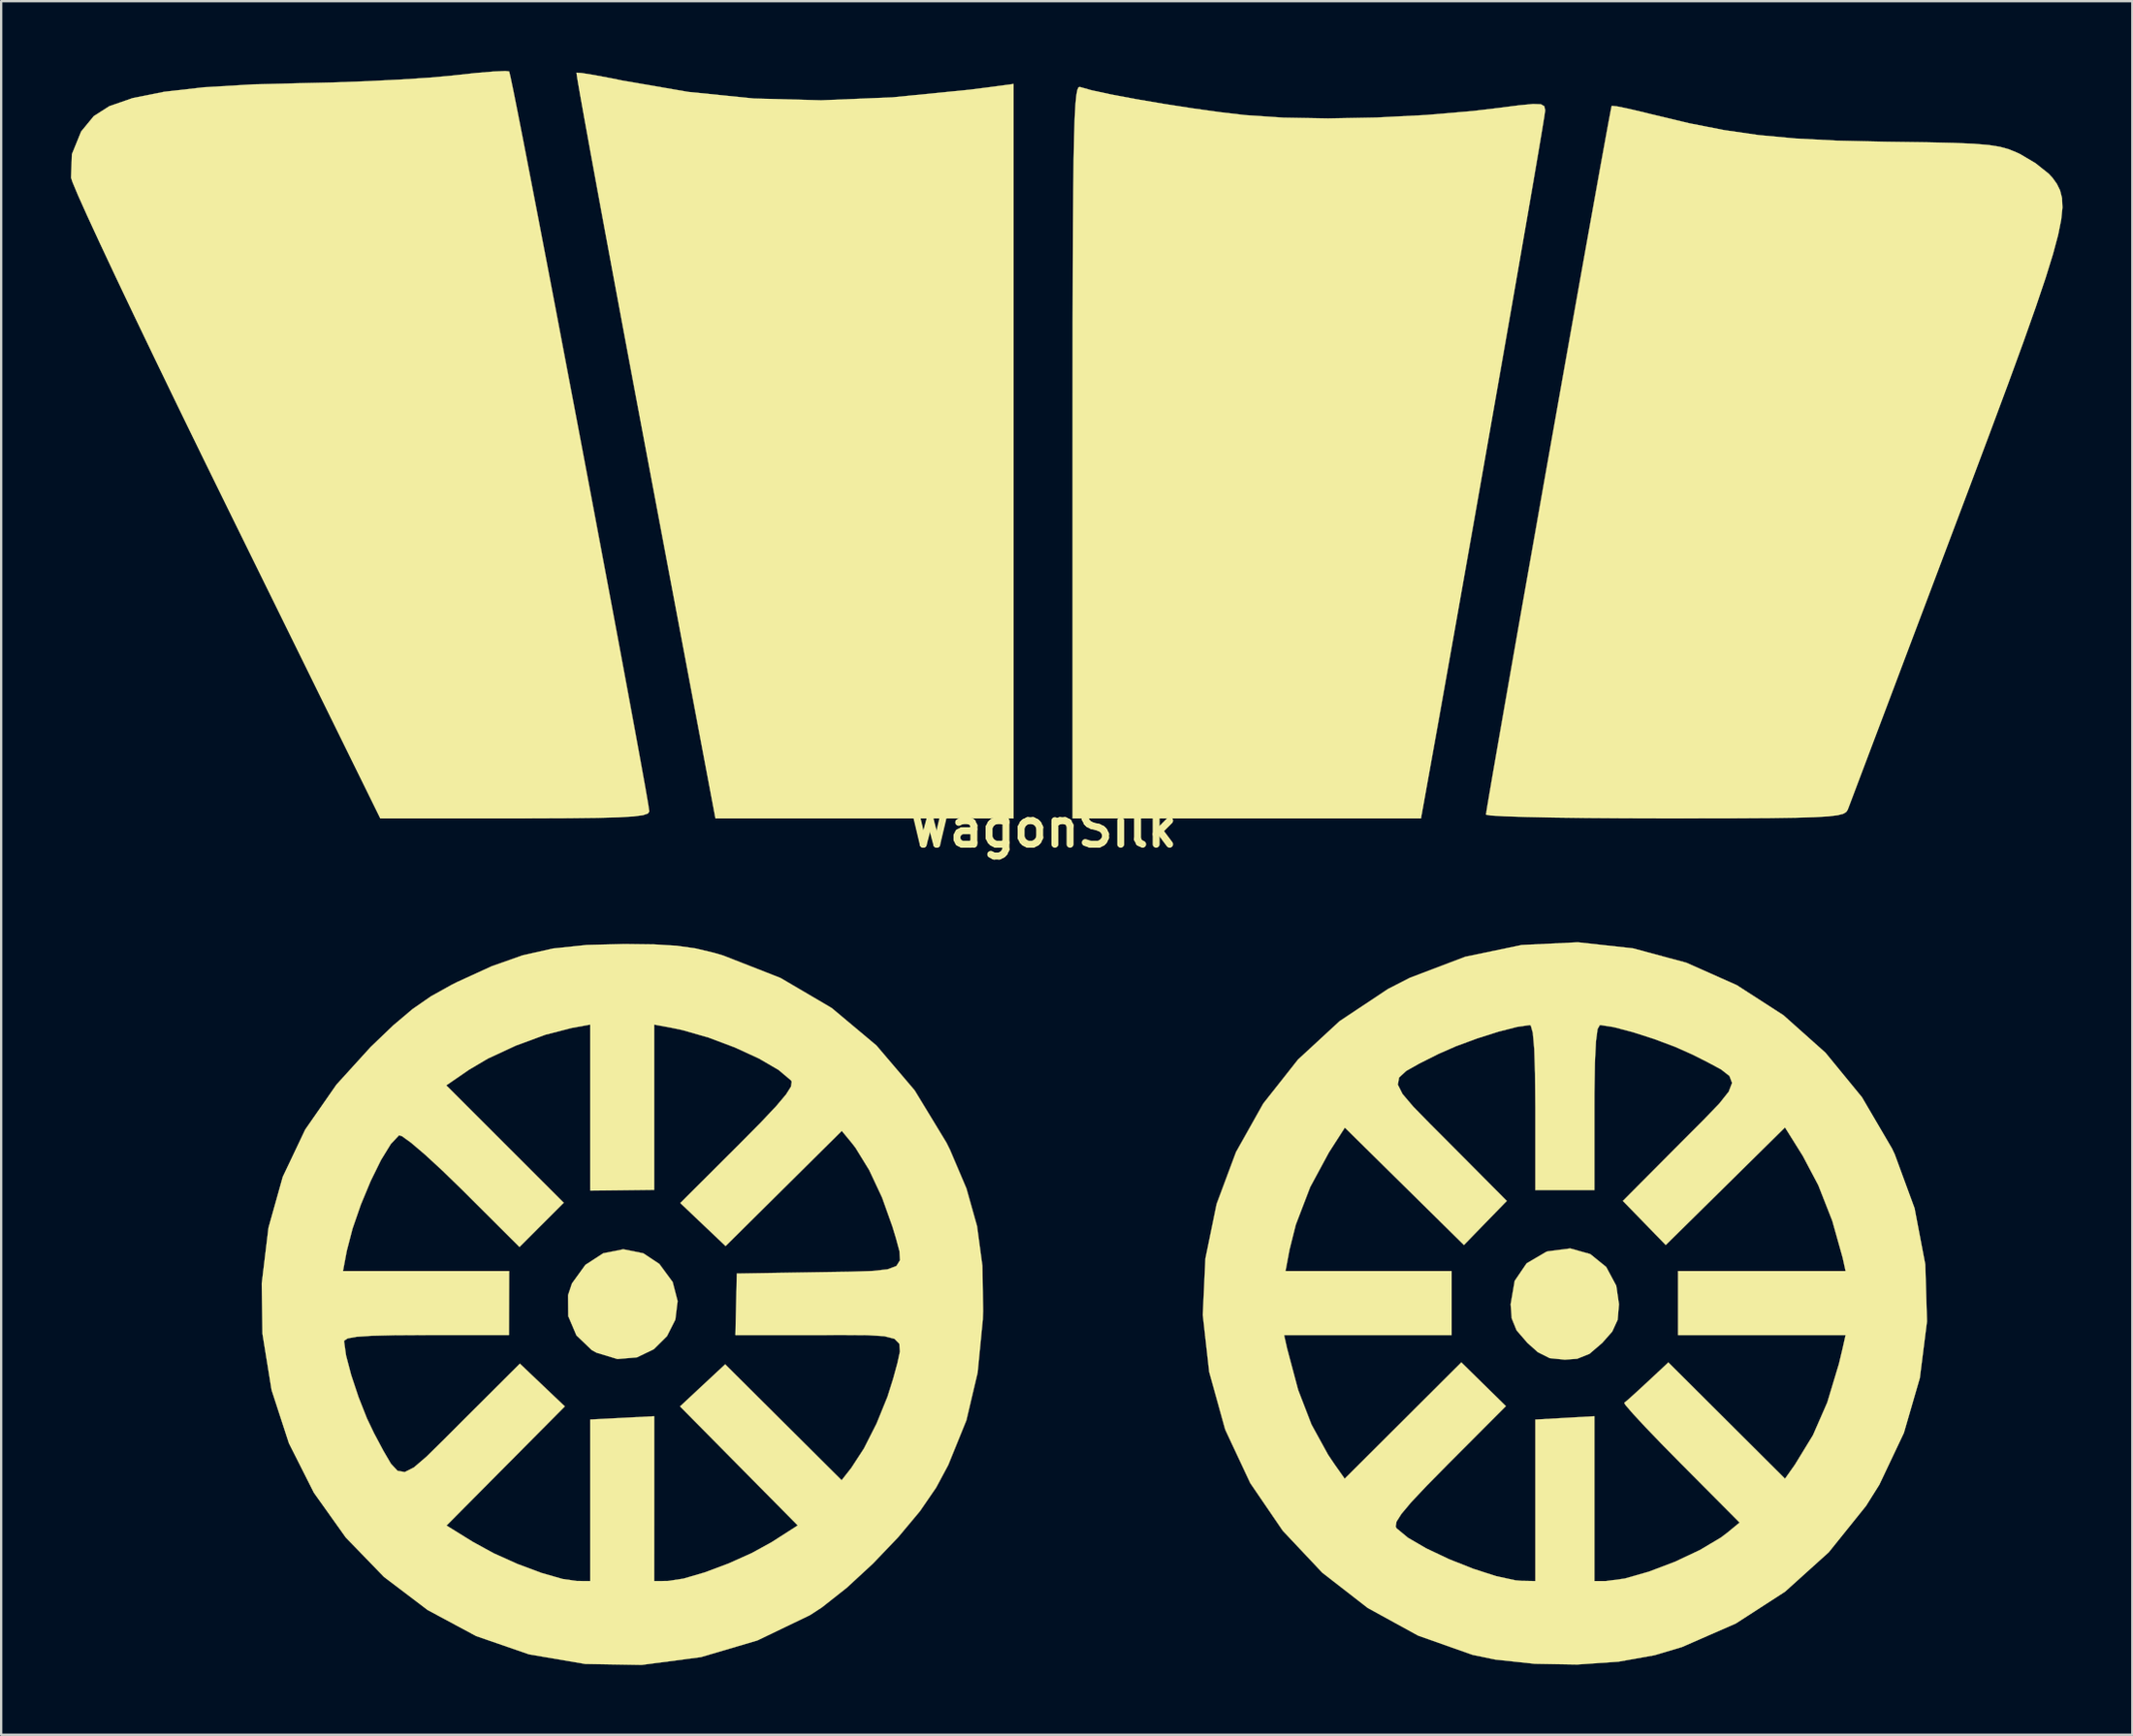
<source format=kicad_pcb>
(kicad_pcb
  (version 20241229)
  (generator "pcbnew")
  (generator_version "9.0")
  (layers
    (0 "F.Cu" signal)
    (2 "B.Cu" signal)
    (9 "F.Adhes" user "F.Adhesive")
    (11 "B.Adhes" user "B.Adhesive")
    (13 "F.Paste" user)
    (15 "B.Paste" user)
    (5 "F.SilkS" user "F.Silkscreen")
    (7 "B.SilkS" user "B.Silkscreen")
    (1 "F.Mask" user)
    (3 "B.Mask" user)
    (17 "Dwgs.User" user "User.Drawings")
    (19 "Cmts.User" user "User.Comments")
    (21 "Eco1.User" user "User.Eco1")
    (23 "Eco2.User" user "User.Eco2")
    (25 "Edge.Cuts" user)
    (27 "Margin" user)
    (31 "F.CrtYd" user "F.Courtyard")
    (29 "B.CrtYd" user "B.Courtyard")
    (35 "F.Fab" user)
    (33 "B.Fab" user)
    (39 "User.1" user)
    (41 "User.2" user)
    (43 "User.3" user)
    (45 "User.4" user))
  (footprint "WagonSilk"
    (layer "F.Cu")
    (at 41.802 32.577)
    (property "Reference" "WagonSilk" (at 0 0 0) (layer "F.SilkS") (effects (font (size 1.524 1.524) (thickness 0.3))))
    (attr through_hole)
    (fp_poly (pts (xy -17.188 18.286) (xy -16.499 18.743) (xy -15.927 19.521) (xy -15.715 20.341) (xy -15.813 21.139) (xy -16.171 21.85) (xy -16.739 22.412) (xy -17.466 22.761) (xy -18.303 22.832) (xy -19.2 22.562) (xy -19.409 22.446) (xy -20.066 21.817) (xy -20.417 20.988) (xy -20.425 20.085) (xy -20.258 19.582) (xy -19.681 18.782) (xy -18.914 18.285) (xy -18.052 18.112) (xy -17.188 18.286)) (stroke (width 0.01) (type solid)) (fill yes) (layer "F.SilkS"))
    (fp_poly (pts (xy 23.529 18.318) (xy 24.215 18.872) (xy 24.649 19.682) (xy 24.765 20.476) (xy 24.708 21.145) (xy 24.476 21.651) (xy 24.045 22.14) (xy 23.493 22.612) (xy 22.967 22.821) (xy 22.437 22.86) (xy 21.788 22.795) (xy 21.274 22.538) (xy 20.828 22.14) (xy 20.362 21.599) (xy 20.153 21.086) (xy 20.108 20.476) (xy 20.281 19.471) (xy 20.793 18.716) (xy 21.634 18.224) (xy 21.699 18.202) (xy 22.666 18.076) (xy 23.529 18.318)) (stroke (width 0.01) (type solid)) (fill yes) (layer "F.SilkS"))
    (fp_poly (pts (xy -19.843 -32.486) (xy -19.305 -32.399) (xy -18.544 -32.256) (xy -18.098 -32.165) (xy -15.257 -31.674) (xy -12.435 -31.39) (xy -9.54 -31.313) (xy -6.479 -31.439) (xy -3.158 -31.769) (xy -2.381 -31.868) (xy -1.27 -32.016) (xy -1.27 -0.423) (xy -14.089 -0.423) (xy -17.106 -16.432) (xy -17.584 -18.974) (xy -18.037 -21.392) (xy -18.459 -23.656) (xy -18.845 -25.733) (xy -19.188 -27.592) (xy -19.483 -29.2) (xy -19.724 -30.526) (xy -19.905 -31.538) (xy -20.02 -32.203) (xy -20.063 -32.491) (xy -20.062 -32.5) (xy -19.843 -32.486)) (stroke (width 0.01) (type solid)) (fill yes) (layer "F.SilkS"))
    (fp_poly (pts (xy 2.086 -31.745) (xy 2.915 -31.566) (xy 3.979 -31.366) (xy 5.182 -31.161) (xy 6.432 -30.967) (xy 7.636 -30.8) (xy 8.69 -30.676) (xy 10.329 -30.567) (xy 12.255 -30.533) (xy 14.341 -30.572) (xy 16.46 -30.68) (xy 18.482 -30.852) (xy 19.526 -30.976) (xy 20.47 -31.097) (xy 21.072 -31.154) (xy 21.408 -31.142) (xy 21.555 -31.057) (xy 21.59 -30.896) (xy 21.59 -30.863) (xy 21.554 -30.611) (xy 21.451 -29.979) (xy 21.287 -29.007) (xy 21.069 -27.733) (xy 20.803 -26.195) (xy 20.497 -24.43) (xy 20.157 -22.478) (xy 19.789 -20.375) (xy 19.401 -18.161) (xy 18.999 -15.874) (xy 18.59 -13.551) (xy 18.18 -11.232) (xy 17.777 -8.953) (xy 17.386 -6.753) (xy 17.015 -4.67) (xy 16.669 -2.743) (xy 16.376 -1.111) (xy 16.251 -0.423) (xy 1.27 -0.423) (xy 1.27 -16.215) (xy 1.271 -19.205) (xy 1.273 -21.798) (xy 1.279 -24.022) (xy 1.287 -25.904) (xy 1.298 -27.47) (xy 1.314 -28.748) (xy 1.335 -29.765) (xy 1.36 -30.547) (xy 1.391 -31.122) (xy 1.429 -31.516) (xy 1.473 -31.757) (xy 1.524 -31.872) (xy 1.582 -31.887) (xy 2.086 -31.745)) (stroke (width 0.01) (type solid)) (fill yes) (layer "F.SilkS"))
    (fp_poly (pts (xy -22.958 -32.554) (xy -22.905 -32.336) (xy -22.781 -31.742) (xy -22.595 -30.809) (xy -22.353 -29.578) (xy -22.064 -28.086) (xy -21.733 -26.374) (xy -21.37 -24.479) (xy -20.98 -22.442) (xy -20.573 -20.302) (xy -20.154 -18.096) (xy -19.732 -15.865) (xy -19.313 -13.647) (xy -18.906 -11.482) (xy -18.517 -9.409) (xy -18.154 -7.466) (xy -17.824 -5.693) (xy -17.535 -4.128) (xy -17.295 -2.812) (xy -17.109 -1.782) (xy -16.987 -1.078) (xy -16.935 -0.739) (xy -16.933 -0.72) (xy -16.994 -0.63) (xy -17.204 -0.56) (xy -17.606 -0.507) (xy -18.244 -0.469) (xy -19.16 -0.444) (xy -20.397 -0.43) (xy -21.998 -0.424) (xy -22.717 -0.423) (xy -28.5 -0.423) (xy -35.084 -13.811) (xy -36.183 -16.052) (xy -37.228 -18.197) (xy -38.203 -20.214) (xy -39.094 -22.07) (xy -39.884 -23.732) (xy -40.559 -25.169) (xy -41.103 -26.347) (xy -41.501 -27.234) (xy -41.737 -27.798) (xy -41.797 -27.982) (xy -41.761 -28.995) (xy -41.363 -29.971) (xy -40.82 -30.632) (xy -40.151 -31.06) (xy -39.151 -31.407) (xy -37.801 -31.678) (xy -36.084 -31.873) (xy -33.982 -31.997) (xy -32.115 -32.045) (xy -30.595 -32.079) (xy -29.05 -32.135) (xy -27.591 -32.208) (xy -26.328 -32.291) (xy -25.373 -32.379) (xy -25.341 -32.383) (xy -24.407 -32.485) (xy -23.637 -32.55) (xy -23.124 -32.572) (xy -22.958 -32.554)) (stroke (width 0.01) (type solid)) (fill yes) (layer "F.SilkS"))
    (fp_poly (pts (xy 24.666 -31.054) (xy 25.189 -30.947) (xy 25.921 -30.774) (xy 26.169 -30.712) (xy 27.786 -30.325) (xy 29.286 -30.031) (xy 30.774 -29.816) (xy 32.357 -29.67) (xy 34.141 -29.578) (xy 36.231 -29.531) (xy 36.445 -29.528) (xy 37.974 -29.507) (xy 39.143 -29.481) (xy 40.019 -29.444) (xy 40.666 -29.39) (xy 41.147 -29.313) (xy 41.529 -29.207) (xy 41.874 -29.065) (xy 42.001 -29.006) (xy 42.672 -28.61) (xy 43.244 -28.155) (xy 43.411 -27.974) (xy 43.595 -27.716) (xy 43.732 -27.437) (xy 43.815 -27.109) (xy 43.834 -26.701) (xy 43.781 -26.183) (xy 43.649 -25.525) (xy 43.428 -24.699) (xy 43.11 -23.672) (xy 42.686 -22.416) (xy 42.15 -20.901) (xy 41.491 -19.096) (xy 40.701 -16.973) (xy 39.773 -14.5) (xy 39.214 -13.018) (xy 38.407 -10.878) (xy 37.642 -8.851) (xy 36.933 -6.971) (xy 36.293 -5.274) (xy 35.735 -3.797) (xy 35.273 -2.574) (xy 34.921 -1.642) (xy 34.692 -1.035) (xy 34.6 -0.794) (xy 34.537 -0.697) (xy 34.406 -0.618) (xy 34.164 -0.557) (xy 33.771 -0.509) (xy 33.186 -0.475) (xy 32.367 -0.451) (xy 31.275 -0.435) (xy 29.868 -0.427) (xy 28.105 -0.424) (xy 26.753 -0.423) (xy 24.995 -0.428) (xy 23.377 -0.439) (xy 21.947 -0.458) (xy 20.752 -0.483) (xy 19.838 -0.512) (xy 19.254 -0.546) (xy 19.046 -0.582) (xy 19.046 -0.582) (xy 19.081 -0.817) (xy 19.183 -1.426) (xy 19.345 -2.371) (xy 19.56 -3.61) (xy 19.821 -5.104) (xy 20.121 -6.813) (xy 20.452 -8.697) (xy 20.808 -10.715) (xy 21.182 -12.829) (xy 21.565 -14.999) (xy 21.953 -17.183) (xy 22.336 -19.342) (xy 22.709 -21.437) (xy 23.064 -23.427) (xy 23.394 -25.272) (xy 23.692 -26.933) (xy 23.95 -28.369) (xy 24.163 -29.54) (xy 24.322 -30.407) (xy 24.421 -30.929) (xy 24.452 -31.073) (xy 24.666 -31.054)) (stroke (width 0.01) (type solid)) (fill yes) (layer "F.SilkS"))
    (fp_poly (pts (xy 25.368 5.166) (xy 27.659 5.784) (xy 29.828 6.748) (xy 31.836 8.043) (xy 33.644 9.656) (xy 35.213 11.571) (xy 36.504 13.776) (xy 36.623 14.027) (xy 37.475 16.347) (xy 37.936 18.761) (xy 38.01 21.214) (xy 37.702 23.649) (xy 37.017 26.01) (xy 35.959 28.242) (xy 35.39 29.149) (xy 33.786 31.145) (xy 31.905 32.842) (xy 29.787 34.211) (xy 27.475 35.222) (xy 26.296 35.574) (xy 24.745 35.851) (xy 22.972 35.974) (xy 21.146 35.943) (xy 19.436 35.759) (xy 18.464 35.557) (xy 16.126 34.73) (xy 13.959 33.54) (xy 12.006 32.023) (xy 10.308 30.22) (xy 8.909 28.169) (xy 7.851 25.909) (xy 7.821 25.828) (xy 7.143 23.386) (xy 6.966 21.802) (xy 10.364 21.802) (xy 10.495 22.384) (xy 10.971 24.168) (xy 11.542 25.651) (xy 12.258 26.953) (xy 12.545 27.379) (xy 12.97 27.981) (xy 15.478 25.48) (xy 17.986 22.978) (xy 18.944 23.918) (xy 19.902 24.859) (xy 17.429 27.339) (xy 16.491 28.291) (xy 15.828 28.996) (xy 15.409 29.495) (xy 15.198 29.83) (xy 15.163 30.042) (xy 15.2 30.114) (xy 15.69 30.52) (xy 16.477 30.977) (xy 17.447 31.437) (xy 18.487 31.851) (xy 19.481 32.172) (xy 20.315 32.352) (xy 20.585 32.374) (xy 21.167 32.385) (xy 21.167 25.438) (xy 22.437 25.366) (xy 23.707 25.294) (xy 23.707 28.84) (xy 23.707 32.385) (xy 24.197 32.385) (xy 25.014 32.275) (xy 26.049 31.98) (xy 27.17 31.554) (xy 28.244 31.048) (xy 29.14 30.516) (xy 29.424 30.302) (xy 29.951 29.868) (xy 27.421 27.324) (xy 26.596 26.485) (xy 25.895 25.756) (xy 25.366 25.185) (xy 25.053 24.824) (xy 24.99 24.719) (xy 25.187 24.553) (xy 25.593 24.185) (xy 25.989 23.819) (xy 26.888 22.979) (xy 31.904 27.981) (xy 32.329 27.379) (xy 33.105 26.11) (xy 33.721 24.703) (xy 34.224 23.035) (xy 34.379 22.384) (xy 34.51 21.802) (xy 27.305 21.802) (xy 27.305 19.05) (xy 34.51 19.05) (xy 34.381 18.468) (xy 33.937 16.888) (xy 33.335 15.356) (xy 32.669 14.095) (xy 31.903 12.87) (xy 29.34 15.4) (xy 26.776 17.929) (xy 25.854 16.98) (xy 24.932 16.032) (xy 27.441 13.508) (xy 28.398 12.549) (xy 29.077 11.844) (xy 29.484 11.332) (xy 29.628 10.956) (xy 29.515 10.657) (xy 29.154 10.375) (xy 28.552 10.052) (xy 27.923 9.735) (xy 27.18 9.403) (xy 26.28 9.067) (xy 25.357 8.771) (xy 24.543 8.557) (xy 23.972 8.467) (xy 23.941 8.467) (xy 23.844 8.641) (xy 23.774 9.177) (xy 23.729 10.092) (xy 23.708 11.405) (xy 23.707 12.016) (xy 23.707 15.565) (xy 21.167 15.565) (xy 21.167 12.016) (xy 21.155 10.546) (xy 21.12 9.481) (xy 21.059 8.802) (xy 20.973 8.492) (xy 20.933 8.467) (xy 20.388 8.545) (xy 19.588 8.75) (xy 18.669 9.041) (xy 17.762 9.375) (xy 17.002 9.709) (xy 16.95 9.735) (xy 16.166 10.13) (xy 15.617 10.439) (xy 15.311 10.72) (xy 15.255 11.031) (xy 15.457 11.433) (xy 15.924 11.982) (xy 16.664 12.739) (xy 17.432 13.508) (xy 19.941 16.032) (xy 19.019 16.98) (xy 18.098 17.929) (xy 12.977 12.878) (xy 12.292 13.946) (xy 11.486 15.438) (xy 10.869 17.052) (xy 10.597 18.135) (xy 10.426 19.05) (xy 17.568 19.05) (xy 17.568 21.802) (xy 10.364 21.802) (xy 6.966 21.802) (xy 6.869 20.934) (xy 6.981 18.513) (xy 7.463 16.164) (xy 8.298 13.928) (xy 9.469 11.843) (xy 10.961 9.952) (xy 12.756 8.295) (xy 14.838 6.912) (xy 15.769 6.435) (xy 18.156 5.528) (xy 20.578 5.024) (xy 22.995 4.908) (xy 25.368 5.166)) (stroke (width 0.01) (type solid)) (fill yes) (layer "F.SilkS"))
    (fp_poly (pts (xy -16.725 4.998) (xy -15.75 5.056) (xy -14.936 5.171) (xy -14.152 5.358) (xy -13.758 5.474) (xy -11.285 6.443) (xy -9.086 7.735) (xy -7.164 9.346) (xy -5.52 11.278) (xy -4.154 13.527) (xy -4.002 13.833) (xy -3.295 15.497) (xy -2.839 17.115) (xy -2.609 18.823) (xy -2.578 20.759) (xy -2.591 21.133) (xy -2.814 23.422) (xy -3.298 25.471) (xy -4.077 27.393) (xy -4.598 28.363) (xy -5.29 29.373) (xy -6.23 30.497) (xy -7.315 31.632) (xy -8.442 32.673) (xy -9.507 33.514) (xy -10.023 33.85) (xy -12.283 34.938) (xy -14.714 35.656) (xy -17.262 35.991) (xy -19.685 35.95) (xy -22.107 35.536) (xy -24.377 34.751) (xy -26.465 33.629) (xy -28.344 32.204) (xy -29.983 30.512) (xy -31.355 28.585) (xy -32.428 26.459) (xy -33.175 24.167) (xy -33.567 21.744) (xy -33.597 19.588) (xy -33.533 19.05) (xy -30.104 19.05) (xy -22.958 19.05) (xy -22.962 20.426) (xy -22.966 21.801) (xy -26.511 21.801) (xy -27.874 21.809) (xy -28.861 21.833) (xy -29.521 21.877) (xy -29.902 21.946) (xy -30.05 22.043) (xy -30.057 22.075) (xy -29.973 22.676) (xy -29.751 23.521) (xy -29.436 24.47) (xy -29.074 25.386) (xy -28.772 26.018) (xy -28.359 26.794) (xy -28.041 27.337) (xy -27.758 27.64) (xy -27.448 27.695) (xy -27.053 27.495) (xy -26.511 27.03) (xy -25.764 26.295) (xy -25.003 25.532) (xy -22.497 23.033) (xy -20.565 24.871) (xy -23.108 27.434) (xy -25.651 29.996) (xy -24.52 30.697) (xy -23.62 31.19) (xy -22.592 31.652) (xy -21.564 32.036) (xy -20.661 32.294) (xy -20.055 32.381) (xy -19.473 32.385) (xy -19.473 25.436) (xy -18.097 25.365) (xy -16.721 25.294) (xy -16.721 28.84) (xy -16.722 32.385) (xy -16.14 32.381) (xy -15.463 32.278) (xy -14.548 32.011) (xy -13.526 31.628) (xy -12.523 31.178) (xy -11.668 30.708) (xy -11.619 30.677) (xy -10.55 29.991) (xy -13.08 27.431) (xy -15.611 24.871) (xy -14.64 23.966) (xy -13.67 23.061) (xy -11.166 25.553) (xy -8.662 28.046) (xy -8.246 27.517) (xy -7.704 26.683) (xy -7.158 25.605) (xy -6.689 24.453) (xy -6.446 23.679) (xy -6.261 23.002) (xy -6.156 22.511) (xy -6.181 22.175) (xy -6.387 21.965) (xy -6.825 21.852) (xy -7.544 21.807) (xy -8.596 21.8) (xy -9.684 21.802) (xy -13.229 21.802) (xy -13.199 20.479) (xy -13.169 19.156) (xy -9.654 19.098) (xy -8.306 19.077) (xy -7.332 19.046) (xy -6.682 18.973) (xy -6.305 18.829) (xy -6.152 18.581) (xy -6.174 18.2) (xy -6.321 17.654) (xy -6.479 17.131) (xy -6.923 15.885) (xy -7.477 14.705) (xy -8.065 13.747) (xy -8.221 13.545) (xy -8.655 13.018) (xy -13.652 17.974) (xy -15.6 16.123) (xy -13.1 13.629) (xy -12.15 12.67) (xy -11.479 11.958) (xy -11.053 11.453) (xy -10.84 11.116) (xy -10.808 10.906) (xy -10.839 10.847) (xy -11.373 10.398) (xy -12.213 9.909) (xy -13.254 9.429) (xy -14.387 9.004) (xy -15.506 8.684) (xy -15.928 8.595) (xy -16.722 8.447) (xy -16.722 12.002) (xy -16.722 15.557) (xy -18.098 15.573) (xy -19.473 15.588) (xy -19.473 8.447) (xy -20.267 8.591) (xy -21.404 8.884) (xy -22.667 9.349) (xy -23.865 9.905) (xy -24.686 10.39) (xy -25.661 11.061) (xy -20.611 16.111) (xy -22.514 18.014) (xy -24.992 15.542) (xy -25.831 14.726) (xy -26.575 14.041) (xy -27.171 13.533) (xy -27.565 13.248) (xy -27.692 13.207) (xy -28.047 13.585) (xy -28.469 14.273) (xy -28.912 15.174) (xy -29.334 16.188) (xy -29.691 17.219) (xy -29.937 18.167) (xy -29.956 18.263) (xy -30.104 19.05) (xy -33.533 19.05) (xy -33.308 17.185) (xy -32.693 14.995) (xy -31.728 12.962) (xy -30.386 11.031) (xy -28.914 9.411) (xy -27.939 8.477) (xy -27.114 7.78) (xy -26.322 7.231) (xy -25.443 6.741) (xy -25.188 6.613) (xy -23.701 5.934) (xy -22.374 5.465) (xy -21.062 5.171) (xy -19.618 5.022) (xy -17.992 4.982) (xy -16.725 4.998)) (stroke (width 0.01) (type solid)) (fill yes) (layer "F.SilkS")))
  (gr_rect
    (start -3 -3)
    (end 88.641 71.573)
    (stroke (width 0.1) (type default))
    (fill no)
    (layer "Edge.Cuts")))
</source>
